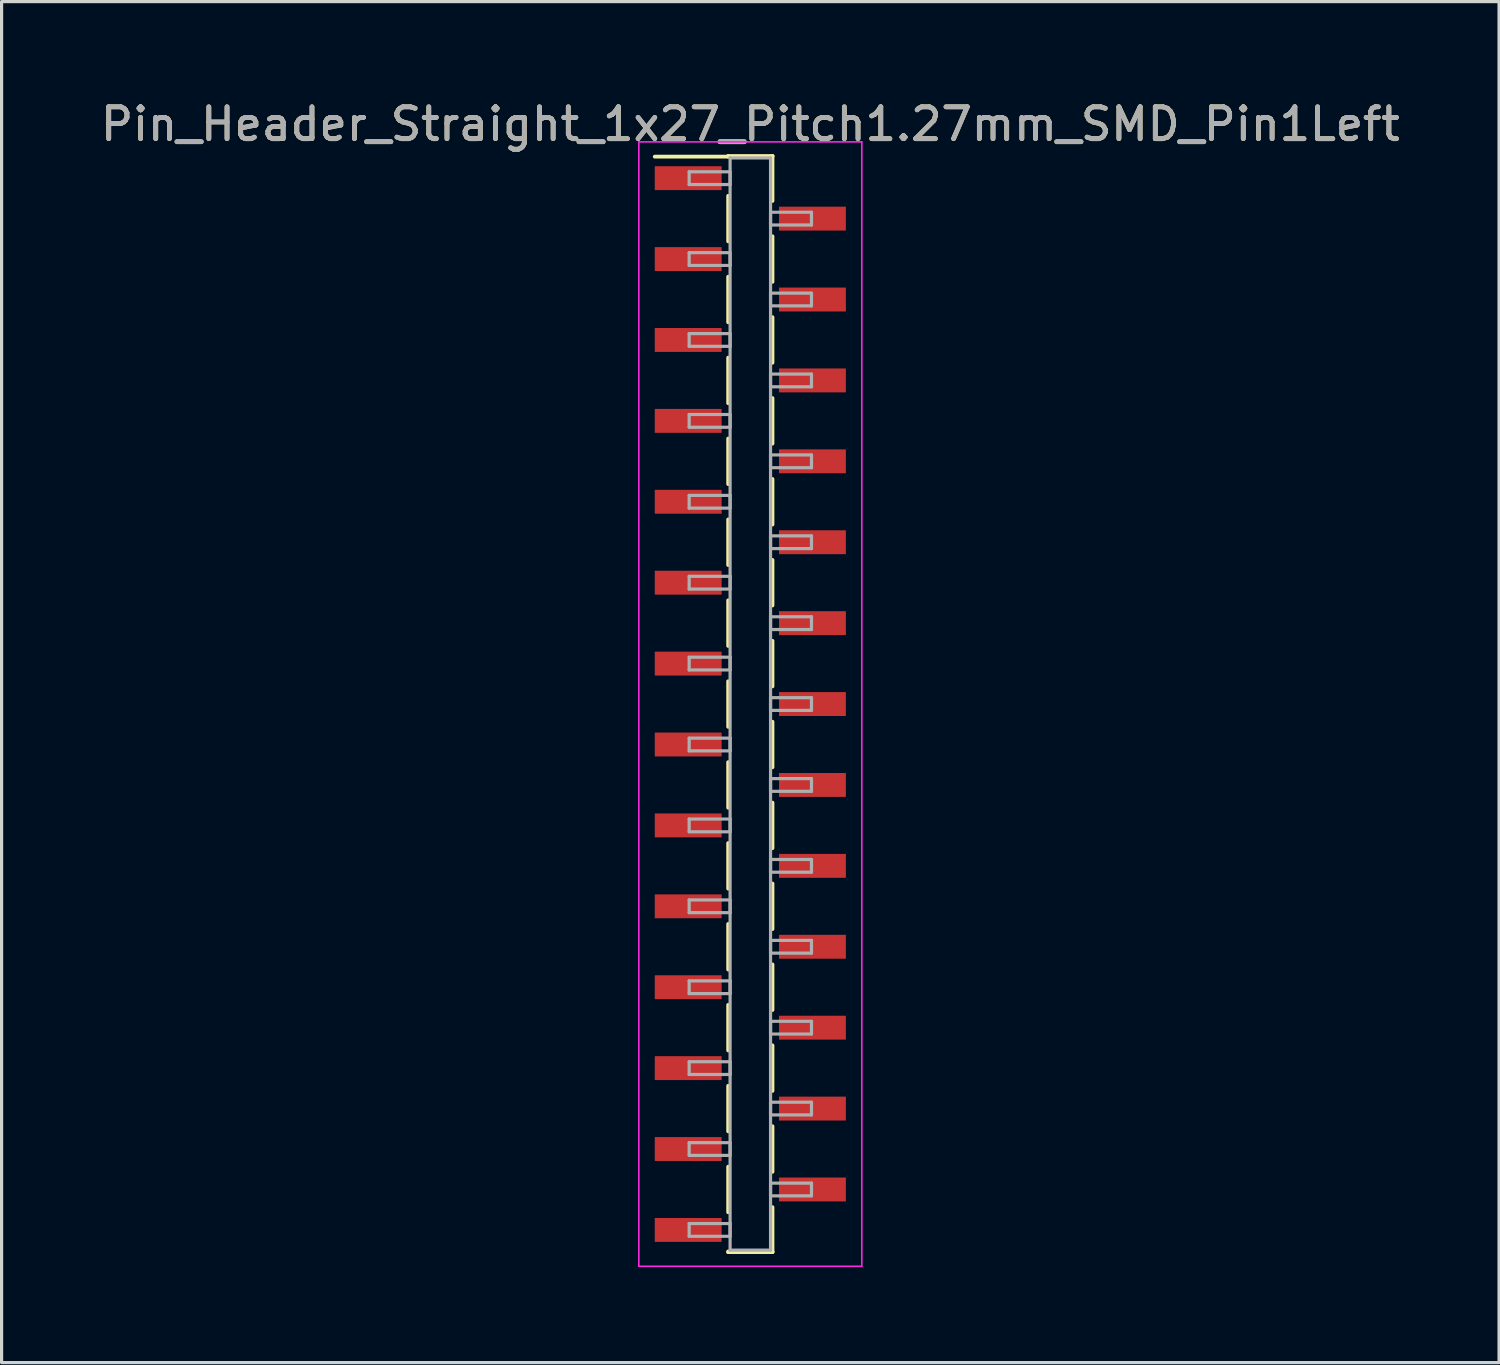
<source format=kicad_pcb>
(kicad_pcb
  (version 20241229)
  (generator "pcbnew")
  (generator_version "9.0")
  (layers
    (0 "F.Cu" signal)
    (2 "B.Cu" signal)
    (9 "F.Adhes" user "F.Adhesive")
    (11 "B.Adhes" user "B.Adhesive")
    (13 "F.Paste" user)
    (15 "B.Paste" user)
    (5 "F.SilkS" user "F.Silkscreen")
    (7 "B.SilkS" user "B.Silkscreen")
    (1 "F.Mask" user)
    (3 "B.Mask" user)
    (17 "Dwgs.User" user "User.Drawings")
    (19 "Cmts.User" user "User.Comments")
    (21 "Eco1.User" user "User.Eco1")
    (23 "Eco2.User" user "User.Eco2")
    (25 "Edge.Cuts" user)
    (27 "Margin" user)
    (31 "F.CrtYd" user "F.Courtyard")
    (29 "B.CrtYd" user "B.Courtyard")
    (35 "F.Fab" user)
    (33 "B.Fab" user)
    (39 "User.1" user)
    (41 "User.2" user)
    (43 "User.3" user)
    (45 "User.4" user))
  (footprint "Pin_Header_Straight_1x27_Pitch1.27mm_SMD_Pin1Left"
    (layer "F.Cu")
    (at 20.506 19.053)
    (property "Reference" "Pin_Header_Straight_1x27_Pitch1.27mm_SMD_Pin1Left" (at 0 -18.205 0) (layer "F.SilkS") (effects (font (size 1 1) (thickness 0.15))))
    (attr smd)
    (fp_line (start -0.695 -17.205) (end 0.695 -17.205) (stroke (width 0.12) (type solid)) (layer "F.SilkS"))
    (fp_line (start -0.695 -17.185) (end -3 -17.185) (stroke (width 0.12) (type solid)) (layer "F.SilkS"))
    (fp_line (start -0.695 -17.185) (end -0.695 -17.205) (stroke (width 0.12) (type solid)) (layer "F.SilkS"))
    (fp_line (start -0.695 -15.955) (end -0.695 -14.525) (stroke (width 0.12) (type solid)) (layer "F.SilkS"))
    (fp_line (start -0.695 -13.415) (end -0.695 -11.985) (stroke (width 0.12) (type solid)) (layer "F.SilkS"))
    (fp_line (start -0.695 -10.875) (end -0.695 -9.445) (stroke (width 0.12) (type solid)) (layer "F.SilkS"))
    (fp_line (start -0.695 -8.335) (end -0.695 -6.905) (stroke (width 0.12) (type solid)) (layer "F.SilkS"))
    (fp_line (start -0.695 -5.795) (end -0.695 -4.365) (stroke (width 0.12) (type solid)) (layer "F.SilkS"))
    (fp_line (start -0.695 -3.255) (end -0.695 -1.825) (stroke (width 0.12) (type solid)) (layer "F.SilkS"))
    (fp_line (start -0.695 -0.715) (end -0.695 0.715) (stroke (width 0.12) (type solid)) (layer "F.SilkS"))
    (fp_line (start -0.695 1.825) (end -0.695 3.255) (stroke (width 0.12) (type solid)) (layer "F.SilkS"))
    (fp_line (start -0.695 4.365) (end -0.695 5.795) (stroke (width 0.12) (type solid)) (layer "F.SilkS"))
    (fp_line (start -0.695 6.905) (end -0.695 8.335) (stroke (width 0.12) (type solid)) (layer "F.SilkS"))
    (fp_line (start -0.695 9.445) (end -0.695 10.875) (stroke (width 0.12) (type solid)) (layer "F.SilkS"))
    (fp_line (start -0.695 11.985) (end -0.695 13.415) (stroke (width 0.12) (type solid)) (layer "F.SilkS"))
    (fp_line (start -0.695 14.525) (end -0.695 15.955) (stroke (width 0.12) (type solid)) (layer "F.SilkS"))
    (fp_line (start -0.695 17.185) (end -0.695 17.205) (stroke (width 0.12) (type solid)) (layer "F.SilkS"))
    (fp_line (start -0.695 17.205) (end 0.695 17.205) (stroke (width 0.12) (type solid)) (layer "F.SilkS"))
    (fp_line (start 0.695 -17.205) (end 0.695 -17.185) (stroke (width 0.12) (type solid)) (layer "F.SilkS"))
    (fp_line (start 0.695 -17.205) (end 0.695 -15.795) (stroke (width 0.12) (type solid)) (layer "F.SilkS"))
    (fp_line (start 0.695 -14.685) (end 0.695 -13.255) (stroke (width 0.12) (type solid)) (layer "F.SilkS"))
    (fp_line (start 0.695 -12.145) (end 0.695 -10.715) (stroke (width 0.12) (type solid)) (layer "F.SilkS"))
    (fp_line (start 0.695 -9.605) (end 0.695 -8.175) (stroke (width 0.12) (type solid)) (layer "F.SilkS"))
    (fp_line (start 0.695 -7.065) (end 0.695 -5.635) (stroke (width 0.12) (type solid)) (layer "F.SilkS"))
    (fp_line (start 0.695 -4.525) (end 0.695 -3.095) (stroke (width 0.12) (type solid)) (layer "F.SilkS"))
    (fp_line (start 0.695 -1.985) (end 0.695 -0.555) (stroke (width 0.12) (type solid)) (layer "F.SilkS"))
    (fp_line (start 0.695 0.555) (end 0.695 1.985) (stroke (width 0.12) (type solid)) (layer "F.SilkS"))
    (fp_line (start 0.695 3.095) (end 0.695 4.525) (stroke (width 0.12) (type solid)) (layer "F.SilkS"))
    (fp_line (start 0.695 5.635) (end 0.695 7.065) (stroke (width 0.12) (type solid)) (layer "F.SilkS"))
    (fp_line (start 0.695 8.175) (end 0.695 9.605) (stroke (width 0.12) (type solid)) (layer "F.SilkS"))
    (fp_line (start 0.695 10.715) (end 0.695 12.145) (stroke (width 0.12) (type solid)) (layer "F.SilkS"))
    (fp_line (start 0.695 13.255) (end 0.695 14.685) (stroke (width 0.12) (type solid)) (layer "F.SilkS"))
    (fp_line (start 0.695 15.795) (end 0.695 17.205) (stroke (width 0.12) (type solid)) (layer "F.SilkS"))
    (fp_line (start 0.695 17.205) (end 0.695 17.185) (stroke (width 0.12) (type solid)) (layer "F.SilkS"))
    (fp_line (start -3.5 -17.65) (end -3.5 17.65) (stroke (width 0.05) (type solid)) (layer "F.CrtYd"))
    (fp_line (start -3.5 17.65) (end 3.5 17.65) (stroke (width 0.05) (type solid)) (layer "F.CrtYd"))
    (fp_line (start 3.5 -17.65) (end -3.5 -17.65) (stroke (width 0.05) (type solid)) (layer "F.CrtYd"))
    (fp_line (start 3.5 17.65) (end 3.5 -17.65) (stroke (width 0.05) (type solid)) (layer "F.CrtYd"))
    (fp_line (start -1.92 -16.71) (end -0.635 -16.71) (stroke (width 0.1) (type solid)) (layer "F.Fab"))
    (fp_line (start -1.92 -16.31) (end -1.92 -16.71) (stroke (width 0.1) (type solid)) (layer "F.Fab"))
    (fp_line (start -1.92 -14.17) (end -0.635 -14.17) (stroke (width 0.1) (type solid)) (layer "F.Fab"))
    (fp_line (start -1.92 -13.77) (end -1.92 -14.17) (stroke (width 0.1) (type solid)) (layer "F.Fab"))
    (fp_line (start -1.92 -11.63) (end -0.635 -11.63) (stroke (width 0.1) (type solid)) (layer "F.Fab"))
    (fp_line (start -1.92 -11.23) (end -1.92 -11.63) (stroke (width 0.1) (type solid)) (layer "F.Fab"))
    (fp_line (start -1.92 -9.09) (end -0.635 -9.09) (stroke (width 0.1) (type solid)) (layer "F.Fab"))
    (fp_line (start -1.92 -8.69) (end -1.92 -9.09) (stroke (width 0.1) (type solid)) (layer "F.Fab"))
    (fp_line (start -1.92 -6.55) (end -0.635 -6.55) (stroke (width 0.1) (type solid)) (layer "F.Fab"))
    (fp_line (start -1.92 -6.15) (end -1.92 -6.55) (stroke (width 0.1) (type solid)) (layer "F.Fab"))
    (fp_line (start -1.92 -4.01) (end -0.635 -4.01) (stroke (width 0.1) (type solid)) (layer "F.Fab"))
    (fp_line (start -1.92 -3.61) (end -1.92 -4.01) (stroke (width 0.1) (type solid)) (layer "F.Fab"))
    (fp_line (start -1.92 -1.47) (end -0.635 -1.47) (stroke (width 0.1) (type solid)) (layer "F.Fab"))
    (fp_line (start -1.92 -1.07) (end -1.92 -1.47) (stroke (width 0.1) (type solid)) (layer "F.Fab"))
    (fp_line (start -1.92 1.07) (end -0.635 1.07) (stroke (width 0.1) (type solid)) (layer "F.Fab"))
    (fp_line (start -1.92 1.47) (end -1.92 1.07) (stroke (width 0.1) (type solid)) (layer "F.Fab"))
    (fp_line (start -1.92 3.61) (end -0.635 3.61) (stroke (width 0.1) (type solid)) (layer "F.Fab"))
    (fp_line (start -1.92 4.01) (end -1.92 3.61) (stroke (width 0.1) (type solid)) (layer "F.Fab"))
    (fp_line (start -1.92 6.15) (end -0.635 6.15) (stroke (width 0.1) (type solid)) (layer "F.Fab"))
    (fp_line (start -1.92 6.55) (end -1.92 6.15) (stroke (width 0.1) (type solid)) (layer "F.Fab"))
    (fp_line (start -1.92 8.69) (end -0.635 8.69) (stroke (width 0.1) (type solid)) (layer "F.Fab"))
    (fp_line (start -1.92 9.09) (end -1.92 8.69) (stroke (width 0.1) (type solid)) (layer "F.Fab"))
    (fp_line (start -1.92 11.23) (end -0.635 11.23) (stroke (width 0.1) (type solid)) (layer "F.Fab"))
    (fp_line (start -1.92 11.63) (end -1.92 11.23) (stroke (width 0.1) (type solid)) (layer "F.Fab"))
    (fp_line (start -1.92 13.77) (end -0.635 13.77) (stroke (width 0.1) (type solid)) (layer "F.Fab"))
    (fp_line (start -1.92 14.17) (end -1.92 13.77) (stroke (width 0.1) (type solid)) (layer "F.Fab"))
    (fp_line (start -1.92 16.31) (end -0.635 16.31) (stroke (width 0.1) (type solid)) (layer "F.Fab"))
    (fp_line (start -1.92 16.71) (end -1.92 16.31) (stroke (width 0.1) (type solid)) (layer "F.Fab"))
    (fp_line (start -0.635 -17.145) (end -0.635 17.145) (stroke (width 0.1) (type solid)) (layer "F.Fab"))
    (fp_line (start -0.635 -16.71) (end -0.635 -16.31) (stroke (width 0.1) (type solid)) (layer "F.Fab"))
    (fp_line (start -0.635 -16.31) (end -1.92 -16.31) (stroke (width 0.1) (type solid)) (layer "F.Fab"))
    (fp_line (start -0.635 -14.17) (end -0.635 -13.77) (stroke (width 0.1) (type solid)) (layer "F.Fab"))
    (fp_line (start -0.635 -13.77) (end -1.92 -13.77) (stroke (width 0.1) (type solid)) (layer "F.Fab"))
    (fp_line (start -0.635 -11.63) (end -0.635 -11.23) (stroke (width 0.1) (type solid)) (layer "F.Fab"))
    (fp_line (start -0.635 -11.23) (end -1.92 -11.23) (stroke (width 0.1) (type solid)) (layer "F.Fab"))
    (fp_line (start -0.635 -9.09) (end -0.635 -8.69) (stroke (width 0.1) (type solid)) (layer "F.Fab"))
    (fp_line (start -0.635 -8.69) (end -1.92 -8.69) (stroke (width 0.1) (type solid)) (layer "F.Fab"))
    (fp_line (start -0.635 -6.55) (end -0.635 -6.15) (stroke (width 0.1) (type solid)) (layer "F.Fab"))
    (fp_line (start -0.635 -6.15) (end -1.92 -6.15) (stroke (width 0.1) (type solid)) (layer "F.Fab"))
    (fp_line (start -0.635 -4.01) (end -0.635 -3.61) (stroke (width 0.1) (type solid)) (layer "F.Fab"))
    (fp_line (start -0.635 -3.61) (end -1.92 -3.61) (stroke (width 0.1) (type solid)) (layer "F.Fab"))
    (fp_line (start -0.635 -1.47) (end -0.635 -1.07) (stroke (width 0.1) (type solid)) (layer "F.Fab"))
    (fp_line (start -0.635 -1.07) (end -1.92 -1.07) (stroke (width 0.1) (type solid)) (layer "F.Fab"))
    (fp_line (start -0.635 1.07) (end -0.635 1.47) (stroke (width 0.1) (type solid)) (layer "F.Fab"))
    (fp_line (start -0.635 1.47) (end -1.92 1.47) (stroke (width 0.1) (type solid)) (layer "F.Fab"))
    (fp_line (start -0.635 3.61) (end -0.635 4.01) (stroke (width 0.1) (type solid)) (layer "F.Fab"))
    (fp_line (start -0.635 4.01) (end -1.92 4.01) (stroke (width 0.1) (type solid)) (layer "F.Fab"))
    (fp_line (start -0.635 6.15) (end -0.635 6.55) (stroke (width 0.1) (type solid)) (layer "F.Fab"))
    (fp_line (start -0.635 6.55) (end -1.92 6.55) (stroke (width 0.1) (type solid)) (layer "F.Fab"))
    (fp_line (start -0.635 8.69) (end -0.635 9.09) (stroke (width 0.1) (type solid)) (layer "F.Fab"))
    (fp_line (start -0.635 9.09) (end -1.92 9.09) (stroke (width 0.1) (type solid)) (layer "F.Fab"))
    (fp_line (start -0.635 11.23) (end -0.635 11.63) (stroke (width 0.1) (type solid)) (layer "F.Fab"))
    (fp_line (start -0.635 11.63) (end -1.92 11.63) (stroke (width 0.1) (type solid)) (layer "F.Fab"))
    (fp_line (start -0.635 13.77) (end -0.635 14.17) (stroke (width 0.1) (type solid)) (layer "F.Fab"))
    (fp_line (start -0.635 14.17) (end -1.92 14.17) (stroke (width 0.1) (type solid)) (layer "F.Fab"))
    (fp_line (start -0.635 16.31) (end -0.635 16.71) (stroke (width 0.1) (type solid)) (layer "F.Fab"))
    (fp_line (start -0.635 16.71) (end -1.92 16.71) (stroke (width 0.1) (type solid)) (layer "F.Fab"))
    (fp_line (start -0.635 17.145) (end 0.635 17.145) (stroke (width 0.1) (type solid)) (layer "F.Fab"))
    (fp_line (start 0.635 -17.145) (end -0.635 -17.145) (stroke (width 0.1) (type solid)) (layer "F.Fab"))
    (fp_line (start 0.635 -15.44) (end 0.635 -15.04) (stroke (width 0.1) (type solid)) (layer "F.Fab"))
    (fp_line (start 0.635 -15.04) (end 1.92 -15.04) (stroke (width 0.1) (type solid)) (layer "F.Fab"))
    (fp_line (start 0.635 -12.9) (end 0.635 -12.5) (stroke (width 0.1) (type solid)) (layer "F.Fab"))
    (fp_line (start 0.635 -12.5) (end 1.92 -12.5) (stroke (width 0.1) (type solid)) (layer "F.Fab"))
    (fp_line (start 0.635 -10.36) (end 0.635 -9.96) (stroke (width 0.1) (type solid)) (layer "F.Fab"))
    (fp_line (start 0.635 -9.96) (end 1.92 -9.96) (stroke (width 0.1) (type solid)) (layer "F.Fab"))
    (fp_line (start 0.635 -7.82) (end 0.635 -7.42) (stroke (width 0.1) (type solid)) (layer "F.Fab"))
    (fp_line (start 0.635 -7.42) (end 1.92 -7.42) (stroke (width 0.1) (type solid)) (layer "F.Fab"))
    (fp_line (start 0.635 -5.28) (end 0.635 -4.88) (stroke (width 0.1) (type solid)) (layer "F.Fab"))
    (fp_line (start 0.635 -4.88) (end 1.92 -4.88) (stroke (width 0.1) (type solid)) (layer "F.Fab"))
    (fp_line (start 0.635 -2.74) (end 0.635 -2.34) (stroke (width 0.1) (type solid)) (layer "F.Fab"))
    (fp_line (start 0.635 -2.34) (end 1.92 -2.34) (stroke (width 0.1) (type solid)) (layer "F.Fab"))
    (fp_line (start 0.635 -0.2) (end 0.635 0.2) (stroke (width 0.1) (type solid)) (layer "F.Fab"))
    (fp_line (start 0.635 0.2) (end 1.92 0.2) (stroke (width 0.1) (type solid)) (layer "F.Fab"))
    (fp_line (start 0.635 2.34) (end 0.635 2.74) (stroke (width 0.1) (type solid)) (layer "F.Fab"))
    (fp_line (start 0.635 2.74) (end 1.92 2.74) (stroke (width 0.1) (type solid)) (layer "F.Fab"))
    (fp_line (start 0.635 4.88) (end 0.635 5.28) (stroke (width 0.1) (type solid)) (layer "F.Fab"))
    (fp_line (start 0.635 5.28) (end 1.92 5.28) (stroke (width 0.1) (type solid)) (layer "F.Fab"))
    (fp_line (start 0.635 7.42) (end 0.635 7.82) (stroke (width 0.1) (type solid)) (layer "F.Fab"))
    (fp_line (start 0.635 7.82) (end 1.92 7.82) (stroke (width 0.1) (type solid)) (layer "F.Fab"))
    (fp_line (start 0.635 9.96) (end 0.635 10.36) (stroke (width 0.1) (type solid)) (layer "F.Fab"))
    (fp_line (start 0.635 10.36) (end 1.92 10.36) (stroke (width 0.1) (type solid)) (layer "F.Fab"))
    (fp_line (start 0.635 12.5) (end 0.635 12.9) (stroke (width 0.1) (type solid)) (layer "F.Fab"))
    (fp_line (start 0.635 12.9) (end 1.92 12.9) (stroke (width 0.1) (type solid)) (layer "F.Fab"))
    (fp_line (start 0.635 15.04) (end 0.635 15.44) (stroke (width 0.1) (type solid)) (layer "F.Fab"))
    (fp_line (start 0.635 15.44) (end 1.92 15.44) (stroke (width 0.1) (type solid)) (layer "F.Fab"))
    (fp_line (start 0.635 17.145) (end 0.635 -17.145) (stroke (width 0.1) (type solid)) (layer "F.Fab"))
    (fp_line (start 1.92 -15.44) (end 0.635 -15.44) (stroke (width 0.1) (type solid)) (layer "F.Fab"))
    (fp_line (start 1.92 -15.04) (end 1.92 -15.44) (stroke (width 0.1) (type solid)) (layer "F.Fab"))
    (fp_line (start 1.92 -12.9) (end 0.635 -12.9) (stroke (width 0.1) (type solid)) (layer "F.Fab"))
    (fp_line (start 1.92 -12.5) (end 1.92 -12.9) (stroke (width 0.1) (type solid)) (layer "F.Fab"))
    (fp_line (start 1.92 -10.36) (end 0.635 -10.36) (stroke (width 0.1) (type solid)) (layer "F.Fab"))
    (fp_line (start 1.92 -9.96) (end 1.92 -10.36) (stroke (width 0.1) (type solid)) (layer "F.Fab"))
    (fp_line (start 1.92 -7.82) (end 0.635 -7.82) (stroke (width 0.1) (type solid)) (layer "F.Fab"))
    (fp_line (start 1.92 -7.42) (end 1.92 -7.82) (stroke (width 0.1) (type solid)) (layer "F.Fab"))
    (fp_line (start 1.92 -5.28) (end 0.635 -5.28) (stroke (width 0.1) (type solid)) (layer "F.Fab"))
    (fp_line (start 1.92 -4.88) (end 1.92 -5.28) (stroke (width 0.1) (type solid)) (layer "F.Fab"))
    (fp_line (start 1.92 -2.74) (end 0.635 -2.74) (stroke (width 0.1) (type solid)) (layer "F.Fab"))
    (fp_line (start 1.92 -2.34) (end 1.92 -2.74) (stroke (width 0.1) (type solid)) (layer "F.Fab"))
    (fp_line (start 1.92 -0.2) (end 0.635 -0.2) (stroke (width 0.1) (type solid)) (layer "F.Fab"))
    (fp_line (start 1.92 0.2) (end 1.92 -0.2) (stroke (width 0.1) (type solid)) (layer "F.Fab"))
    (fp_line (start 1.92 2.34) (end 0.635 2.34) (stroke (width 0.1) (type solid)) (layer "F.Fab"))
    (fp_line (start 1.92 2.74) (end 1.92 2.34) (stroke (width 0.1) (type solid)) (layer "F.Fab"))
    (fp_line (start 1.92 4.88) (end 0.635 4.88) (stroke (width 0.1) (type solid)) (layer "F.Fab"))
    (fp_line (start 1.92 5.28) (end 1.92 4.88) (stroke (width 0.1) (type solid)) (layer "F.Fab"))
    (fp_line (start 1.92 7.42) (end 0.635 7.42) (stroke (width 0.1) (type solid)) (layer "F.Fab"))
    (fp_line (start 1.92 7.82) (end 1.92 7.42) (stroke (width 0.1) (type solid)) (layer "F.Fab"))
    (fp_line (start 1.92 9.96) (end 0.635 9.96) (stroke (width 0.1) (type solid)) (layer "F.Fab"))
    (fp_line (start 1.92 10.36) (end 1.92 9.96) (stroke (width 0.1) (type solid)) (layer "F.Fab"))
    (fp_line (start 1.92 12.5) (end 0.635 12.5) (stroke (width 0.1) (type solid)) (layer "F.Fab"))
    (fp_line (start 1.92 12.9) (end 1.92 12.5) (stroke (width 0.1) (type solid)) (layer "F.Fab"))
    (fp_line (start 1.92 15.04) (end 0.635 15.04) (stroke (width 0.1) (type solid)) (layer "F.Fab"))
    (fp_line (start 1.92 15.44) (end 1.92 15.04) (stroke (width 0.1) (type solid)) (layer "F.Fab"))
    (fp_text user "${REFERENCE}" (at 0 -18.205 0) (layer "F.Fab") (effects (font (size 1 1) (thickness 0.15))))
    (pad "1" smd rect (at -1.95 -16.51) (size 2.1 0.75) (layers "F.Cu" "F.Mask" "F.Paste"))
    (pad "2" smd rect (at 1.95 -15.24) (size 2.1 0.75) (layers "F.Cu" "F.Mask" "F.Paste"))
    (pad "3" smd rect (at -1.95 -13.97) (size 2.1 0.75) (layers "F.Cu" "F.Mask" "F.Paste"))
    (pad "4" smd rect (at 1.95 -12.7) (size 2.1 0.75) (layers "F.Cu" "F.Mask" "F.Paste"))
    (pad "5" smd rect (at -1.95 -11.43) (size 2.1 0.75) (layers "F.Cu" "F.Mask" "F.Paste"))
    (pad "6" smd rect (at 1.95 -10.16) (size 2.1 0.75) (layers "F.Cu" "F.Mask" "F.Paste"))
    (pad "7" smd rect (at -1.95 -8.89) (size 2.1 0.75) (layers "F.Cu" "F.Mask" "F.Paste"))
    (pad "8" smd rect (at 1.95 -7.62) (size 2.1 0.75) (layers "F.Cu" "F.Mask" "F.Paste"))
    (pad "9" smd rect (at -1.95 -6.35) (size 2.1 0.75) (layers "F.Cu" "F.Mask" "F.Paste"))
    (pad "10" smd rect (at 1.95 -5.08) (size 2.1 0.75) (layers "F.Cu" "F.Mask" "F.Paste"))
    (pad "11" smd rect (at -1.95 -3.81) (size 2.1 0.75) (layers "F.Cu" "F.Mask" "F.Paste"))
    (pad "12" smd rect (at 1.95 -2.54) (size 2.1 0.75) (layers "F.Cu" "F.Mask" "F.Paste"))
    (pad "13" smd rect (at -1.95 -1.27) (size 2.1 0.75) (layers "F.Cu" "F.Mask" "F.Paste"))
    (pad "14" smd rect (at 1.95 0) (size 2.1 0.75) (layers "F.Cu" "F.Mask" "F.Paste"))
    (pad "15" smd rect (at -1.95 1.27) (size 2.1 0.75) (layers "F.Cu" "F.Mask" "F.Paste"))
    (pad "16" smd rect (at 1.95 2.54) (size 2.1 0.75) (layers "F.Cu" "F.Mask" "F.Paste"))
    (pad "17" smd rect (at -1.95 3.81) (size 2.1 0.75) (layers "F.Cu" "F.Mask" "F.Paste"))
    (pad "18" smd rect (at 1.95 5.08) (size 2.1 0.75) (layers "F.Cu" "F.Mask" "F.Paste"))
    (pad "19" smd rect (at -1.95 6.35) (size 2.1 0.75) (layers "F.Cu" "F.Mask" "F.Paste"))
    (pad "20" smd rect (at 1.95 7.62) (size 2.1 0.75) (layers "F.Cu" "F.Mask" "F.Paste"))
    (pad "21" smd rect (at -1.95 8.89) (size 2.1 0.75) (layers "F.Cu" "F.Mask" "F.Paste"))
    (pad "22" smd rect (at 1.95 10.16) (size 2.1 0.75) (layers "F.Cu" "F.Mask" "F.Paste"))
    (pad "23" smd rect (at -1.95 11.43) (size 2.1 0.75) (layers "F.Cu" "F.Mask" "F.Paste"))
    (pad "24" smd rect (at 1.95 12.7) (size 2.1 0.75) (layers "F.Cu" "F.Mask" "F.Paste"))
    (pad "25" smd rect (at -1.95 13.97) (size 2.1 0.75) (layers "F.Cu" "F.Mask" "F.Paste"))
    (pad "26" smd rect (at 1.95 15.24) (size 2.1 0.75) (layers "F.Cu" "F.Mask" "F.Paste"))
    (pad "27" smd rect (at -1.95 16.51) (size 2.1 0.75) (layers "F.Cu" "F.Mask" "F.Paste")))
  (gr_rect
    (start -3 -3)
    (end 44.012 39.728)
    (stroke (width 0.1) (type default))
    (fill no)
    (layer "Edge.Cuts")))
</source>
